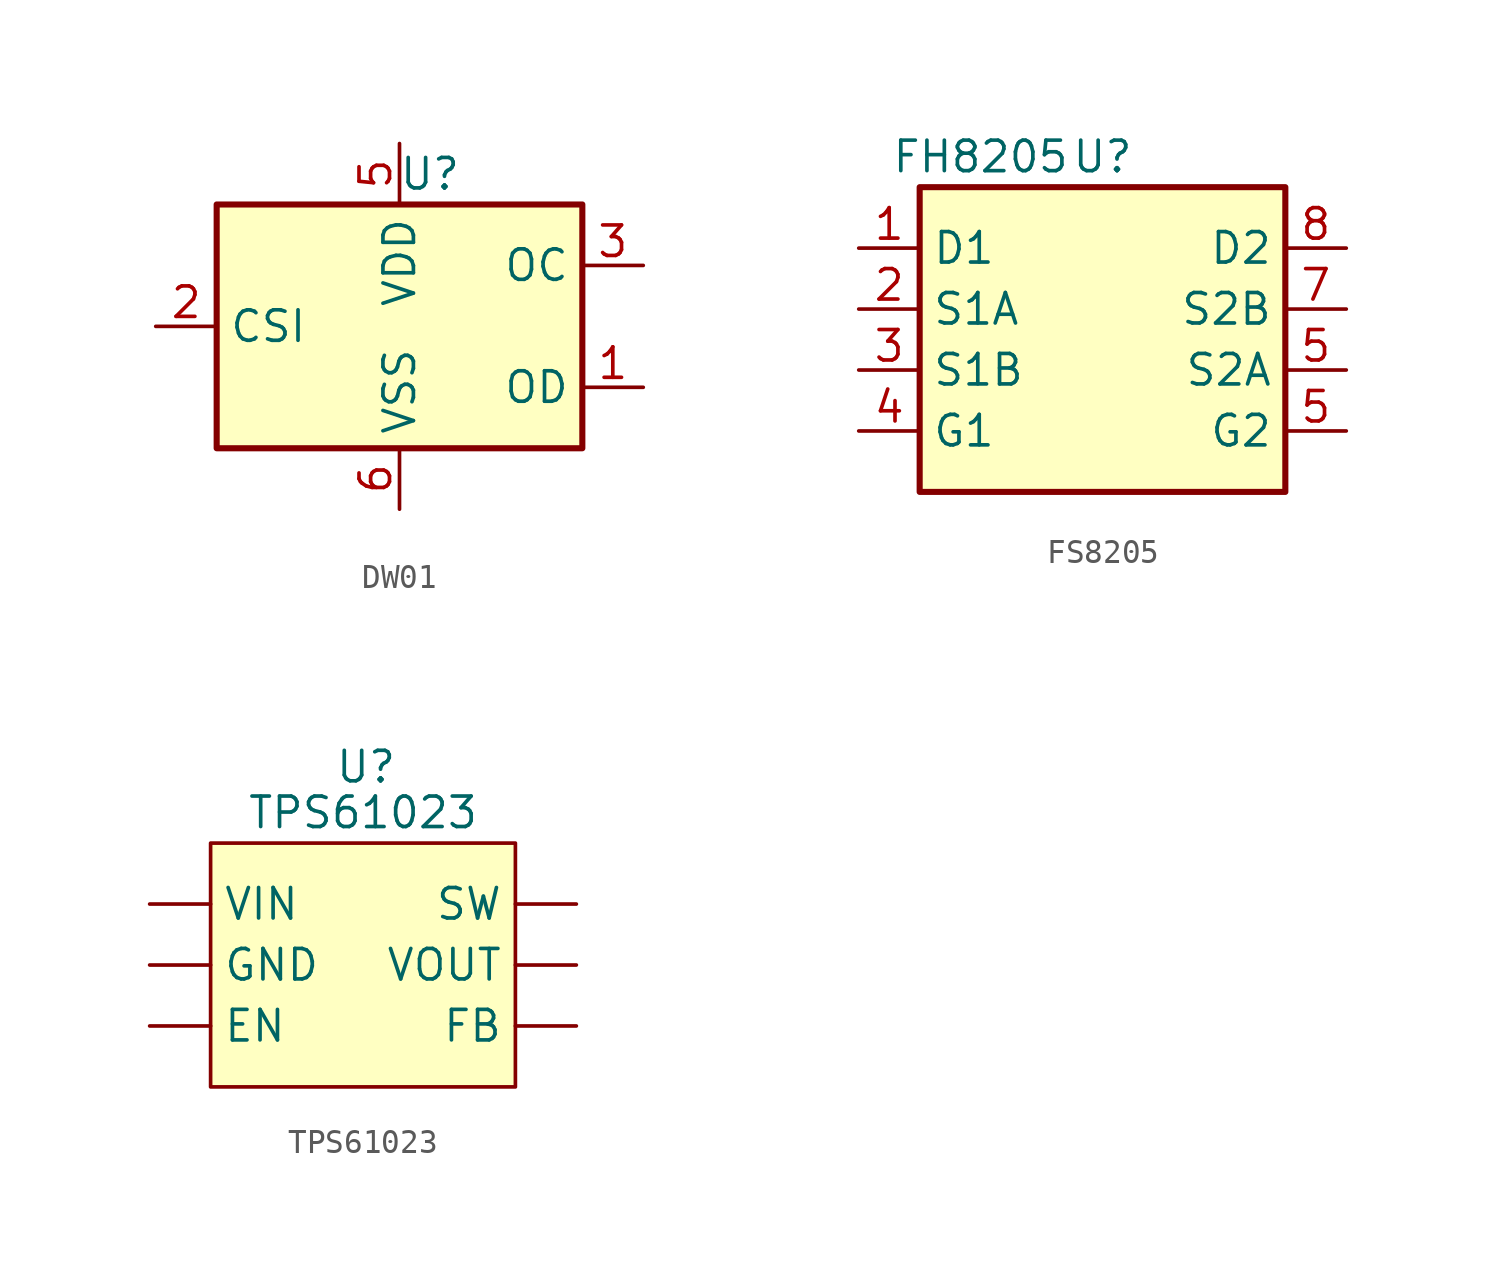
<source format=kicad_sym>
(kicad_symbol_lib
  (version 20220914)
  (generator kicad_symbol_editor)
  (symbol "DW01"
    (property "Reference" "U"
      (at 0 0 0)
      (effects (font (size 1.27 1.27))))
    (property "Value" ""
      (at 0 0 0)
      (effects (font (size 1.27 1.27))))
    (symbol "DW01_1_1"
      (rectangle (start -8.89 -1.27) (end 6.35 -11.43) (stroke (width 0.254) (type default)) (fill (type background)))
      (pin output line (at 8.89 -8.89 180) (length 2.54) (name "OD" (effects (font (size 1.27 1.27)))) (number "1" (effects (font (size 1.27 1.27)))))
      (pin passive line (at -11.43 -6.35 0) (length 2.54) (name "CSI" (effects (font (size 1.27 1.27)))) (number "2" (effects (font (size 1.27 1.27)))))
      (pin output line (at 8.89 -3.81 180) (length 2.54) (name "OC" (effects (font (size 1.27 1.27)))) (number "3" (effects (font (size 1.27 1.27)))))
      (pin no_connect line (at -8.89 -8.89 0) (length 2.54) hide (name "NC" (effects (font (size 1.27 1.27)))) (number "4" (effects (font (size 1.27 1.27)))))
      (pin power_in line (at -1.27 1.27 270) (length 2.54) (name "VDD" (effects (font (size 1.27 1.27)))) (number "5" (effects (font (size 1.27 1.27)))))
      (pin power_in line (at -1.27 -13.97 90) (length 2.54) (name "VSS" (effects (font (size 1.27 1.27)))) (number "6" (effects (font (size 1.27 1.27)))))))
  (symbol "FS8205"
    (property "Reference" "U"
      (at 5.08 0 0)
      (effects (font (size 1.27 1.27))))
    (property "Value" "FH8205"
      (at 0 0 0)
      (effects (font (size 1.27 1.27))))
    (symbol "FS8205_1_1"
      (rectangle (start -2.54 -1.27) (end 12.7 -13.97) (stroke (width 0.254) (type default)) (fill (type background)))
      (pin bidirectional line (at -5.08 -3.81 0) (length 2.54) (name "D1" (effects (font (size 1.27 1.27)))) (number "1" (effects (font (size 1.27 1.27)))))
      (pin bidirectional line (at -5.08 -6.35 0) (length 2.54) (name "S1A" (effects (font (size 1.27 1.27)))) (number "2" (effects (font (size 1.27 1.27)))))
      (pin bidirectional line (at -5.08 -8.89 0) (length 2.54) (name "S1B" (effects (font (size 1.27 1.27)))) (number "3" (effects (font (size 1.27 1.27)))))
      (pin input line (at -5.08 -11.43 0) (length 2.54) (name "G1" (effects (font (size 1.27 1.27)))) (number "4" (effects (font (size 1.27 1.27)))))
      (pin input line (at 15.24 -11.43 180) (length 2.54) (name "G2" (effects (font (size 1.27 1.27)))) (number "5" (effects (font (size 1.27 1.27)))))
      (pin bidirectional line (at 15.24 -8.89 180) (length 2.54) (name "S2A" (effects (font (size 1.27 1.27)))) (number "5" (effects (font (size 1.27 1.27)))))
      (pin bidirectional line (at 15.24 -6.35 180) (length 2.54) (name "S2B" (effects (font (size 1.27 1.27)))) (number "7" (effects (font (size 1.27 1.27)))))
      (pin bidirectional line (at 15.24 -3.81 180) (length 2.54) (name "D2" (effects (font (size 1.27 1.27)))) (number "8" (effects (font (size 1.27 1.27)))))))
  (symbol "TPS61023"
    (property "Reference" "U"
      (at 0.127 3.175 0)
      (effects (font (size 1.27 1.27))))
    (property "Value" "TPS61023"
      (at 0 1.27 0)
      (effects (font (size 1.27 1.27))))
    (symbol "TPS61023_1_1"
      (rectangle (start -6.35 0) (end 6.35 -10.16) (stroke (width 0) (type default)) (fill (type background)))
      (pin input line (at -8.89 -7.62 0) (length 2.54) (name "EN" (effects (font (size 1.27 1.27)))) (number "" (effects (font (size 1.27 1.27)))))
      (pin input line (at 8.89 -7.62 180) (length 2.54) (name "FB" (effects (font (size 1.27 1.27)))) (number "" (effects (font (size 1.27 1.27)))))
      (pin power_in line (at -8.89 -5.08 0) (length 2.54) (name "GND" (effects (font (size 1.27 1.27)))) (number "" (effects (font (size 1.27 1.27)))))
      (pin input line (at 8.89 -2.54 180) (length 2.54) (name "SW" (effects (font (size 1.27 1.27)))) (number "" (effects (font (size 1.27 1.27)))))
      (pin power_in line (at -8.89 -2.54 0) (length 2.54) (name "VIN" (effects (font (size 1.27 1.27)))) (number "" (effects (font (size 1.27 1.27)))))
      (pin power_out line (at 8.89 -5.08 180) (length 2.54) (name "VOUT" (effects (font (size 1.27 1.27)))) (number "" (effects (font (size 1.27 1.27))))))))
</source>
